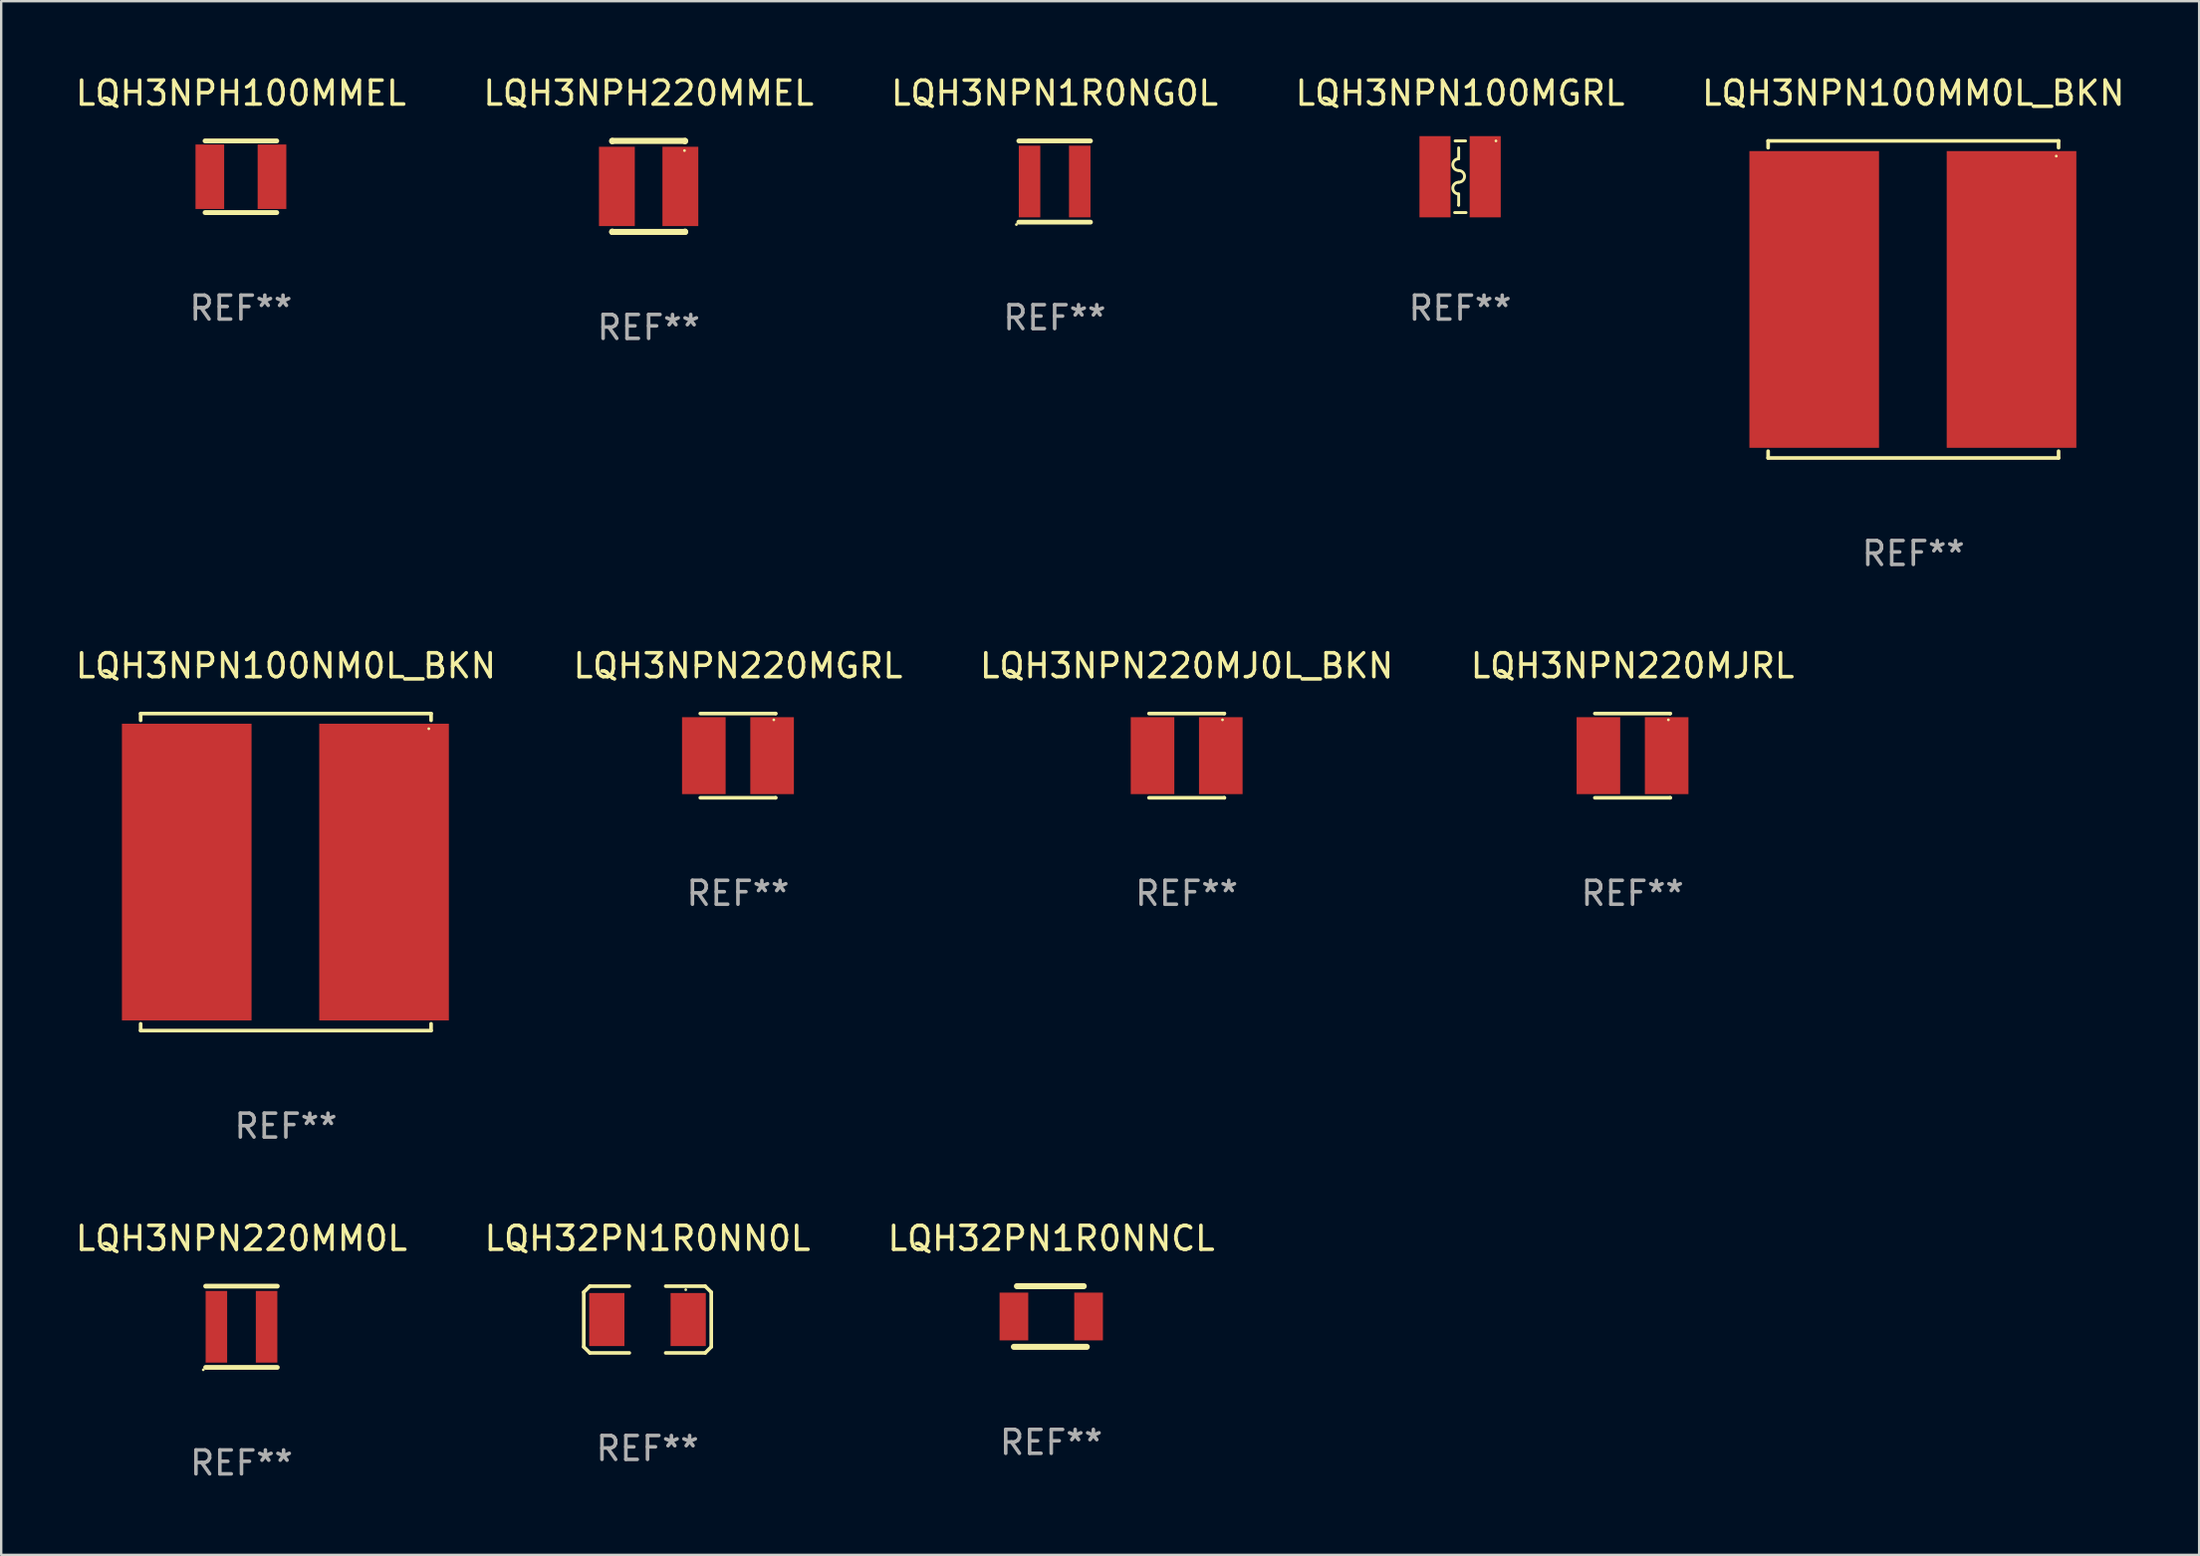
<source format=kicad_pcb>
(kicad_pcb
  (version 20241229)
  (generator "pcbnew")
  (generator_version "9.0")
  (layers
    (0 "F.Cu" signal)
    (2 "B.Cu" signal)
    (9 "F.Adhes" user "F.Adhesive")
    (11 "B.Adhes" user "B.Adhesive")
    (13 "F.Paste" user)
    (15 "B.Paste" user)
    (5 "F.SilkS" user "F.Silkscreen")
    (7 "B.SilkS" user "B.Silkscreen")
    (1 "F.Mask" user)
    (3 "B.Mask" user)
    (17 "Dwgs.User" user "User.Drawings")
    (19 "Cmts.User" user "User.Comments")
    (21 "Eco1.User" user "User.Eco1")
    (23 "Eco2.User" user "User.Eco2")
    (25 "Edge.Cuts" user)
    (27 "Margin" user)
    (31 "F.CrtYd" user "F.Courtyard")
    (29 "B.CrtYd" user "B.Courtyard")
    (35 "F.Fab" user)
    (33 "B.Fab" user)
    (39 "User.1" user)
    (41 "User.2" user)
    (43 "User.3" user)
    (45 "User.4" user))
  (footprint "LQH3NPN220MJRL"
    (layer "F.Cu")
    (at 65.256 28.58)
    (property "Reference" "LQH3NPN220MJRL" (at 0 -3.763 0) (layer "F.SilkS") (effects (font (size 1 1) (thickness 0.15))))
    (attr through_hole)
    (fp_line (start -1.577 -1.763) (end 1.577 -1.763) (stroke (width 0.152) (type solid)) (layer "F.SilkS"))
    (fp_line (start -1.577 1.763) (end 1.577 1.763) (stroke (width 0.152) (type solid)) (layer "F.SilkS"))
    (fp_line (start 1.577 -1.763) (end 1.577 -1.763) (stroke (width 0.152) (type solid)) (layer "F.SilkS"))
    (fp_line (start 1.577 1.763) (end 1.577 1.763) (stroke (width 0.152) (type solid)) (layer "F.SilkS"))
    (fp_circle (center 1.5 -1.5) (end 1.53 -1.5) (stroke (width 0.06) (type solid)) (fill no) (layer "F.SilkS"))
    (fp_text user "REF**" (at 0 5.763 0) (layer "F.Fab") (effects (font (size 1 1) (thickness 0.15))))
    (pad "1" smd rect (at 1.428 0) (size 1.824 3.22) (layers "F.Cu" "F.Mask" "F.Paste"))
    (pad "2" smd rect (at -1.428 0) (size 1.824 3.22) (layers "F.Cu" "F.Mask" "F.Paste")))
  (footprint "LQH3NPN220MM0L"
    (layer "F.Cu")
    (at 7.054 52.486)
    (property "Reference" "LQH3NPN220MM0L" (at 0 -3.7 0) (layer "F.SilkS") (effects (font (size 1 1) (thickness 0.15))))
    (attr through_hole)
    (fp_line (start -1.5 -1.7) (end 1.5 -1.7) (stroke (width 0.2) (type solid)) (layer "F.SilkS"))
    (fp_line (start -1.5 1.7) (end 1.5 1.7) (stroke (width 0.2) (type solid)) (layer "F.SilkS"))
    (fp_circle (center -1.6 1.8) (end -1.57 1.8) (stroke (width 0.06) (type solid)) (fill no) (layer "F.SilkS"))
    (fp_text user "REF**" (at 0 5.7 0) (layer "F.Fab") (effects (font (size 1 1) (thickness 0.15))))
    (pad "1" smd rect (at -1.05 0) (size 0.9 3) (layers "F.Cu" "F.Mask" "F.Paste"))
    (pad "2" smd rect (at 1.05 0) (size 0.9 3) (layers "F.Cu" "F.Mask" "F.Paste")))
  (footprint "LQH3NPN100NM0L_BKN"
    (layer "F.Cu")
    (at 8.911 33.453)
    (property "Reference" "LQH3NPN100NM0L_BKN" (at 0 -8.636 0) (layer "F.SilkS") (effects (font (size 1 1) (thickness 0.15))))
    (attr through_hole)
    (fp_line (start -6.076 -6.636) (end -6.076 -6.35) (stroke (width 0.152) (type solid)) (layer "F.SilkS"))
    (fp_line (start -6.076 6.636) (end -6.076 6.35) (stroke (width 0.152) (type solid)) (layer "F.SilkS"))
    (fp_line (start 6.076 -6.636) (end -6.076 -6.636) (stroke (width 0.152) (type solid)) (layer "F.SilkS"))
    (fp_line (start 6.076 -6.35) (end 6.076 -6.636) (stroke (width 0.152) (type solid)) (layer "F.SilkS"))
    (fp_line (start 6.076 6.35) (end 6.076 6.636) (stroke (width 0.152) (type solid)) (layer "F.SilkS"))
    (fp_line (start 6.076 6.636) (end -6.076 6.636) (stroke (width 0.152) (type solid)) (layer "F.SilkS"))
    (fp_circle (center 5.98 -6) (end 6.01 -6) (stroke (width 0.06) (type solid)) (fill no) (layer "F.SilkS"))
    (fp_text user "REF**" (at 0 10.636 0) (layer "F.Fab") (effects (font (size 1 1) (thickness 0.15))))
    (pad "1" smd rect (at 4.108 0) (size 5.424 12.42) (layers "F.Cu" "F.Mask" "F.Paste"))
    (pad "2" smd rect (at -4.148 0) (size 5.424 12.42) (layers "F.Cu" "F.Mask" "F.Paste")))
  (footprint "LQH32PN1R0NNCL"
    (layer "F.Cu")
    (at 40.935 52.056)
    (property "Reference" "LQH32PN1R0NNCL" (at 0 -3.27 0) (layer "F.SilkS") (effects (font (size 1 1) (thickness 0.15))))
    (attr through_hole)
    (fp_line (start -1.562 1.27) (end 1.486 1.27) (stroke (width 0.254) (type solid)) (layer "F.SilkS"))
    (fp_line (start -1.435 -1.27) (end 1.359 -1.27) (stroke (width 0.254) (type solid)) (layer "F.SilkS"))
    (fp_circle (center -1.6 1.25) (end -1.57 1.25) (stroke (width 0.06) (type solid)) (fill no) (layer "F.SilkS"))
    (fp_text user "REF**" (at 0 5.27 0) (layer "F.Fab") (effects (font (size 1 1) (thickness 0.15))))
    (pad "1" smd rect (at -1.562 0 180) (size 1.2 2) (layers "F.Cu" "F.Mask" "F.Paste"))
    (pad "2" smd rect (at 1.562 0 180) (size 1.2 2) (layers "F.Cu" "F.Mask" "F.Paste")))
  (footprint "LQH3NPH100MMEL"
    (layer "F.Cu")
    (at 7.03 4.348)
    (property "Reference" "LQH3NPH100MMEL" (at 0 -3.5 0) (layer "F.SilkS") (effects (font (size 1 1) (thickness 0.15))))
    (attr through_hole)
    (fp_line (start -1.5 -1.5) (end 1.5 -1.5) (stroke (width 0.203) (type solid)) (layer "F.SilkS"))
    (fp_line (start -1.5 1.5) (end 1.5 1.5) (stroke (width 0.203) (type solid)) (layer "F.SilkS"))
    (fp_circle (center -1.5 1.5) (end -1.47 1.5) (stroke (width 0.06) (type solid)) (fill no) (layer "F.SilkS"))
    (fp_text user "REF**" (at 0 5.5 0) (layer "F.Fab") (effects (font (size 1 1) (thickness 0.15))))
    (pad "1" smd rect (at -1.3 0 180) (size 1.2 2.7) (layers "F.Cu" "F.Mask" "F.Paste"))
    (pad "2" smd rect (at 1.3 0 180) (size 1.2 2.7) (layers "F.Cu" "F.Mask" "F.Paste")))
  (footprint "LQH3NPN100MGRL"
    (layer "F.Cu")
    (at 58.042 4.348)
    (property "Reference" "LQH3NPN100MGRL" (at 0 -3.5 0) (layer "F.SilkS") (effects (font (size 1 1) (thickness 0.15))))
    (attr through_hole)
    (fp_line (start -0.23 1.5) (end 0.25 1.5) (stroke (width 0.12) (type solid)) (layer "F.SilkS"))
    (fp_line (start -0.21 -1.5) (end 0.23 -1.5) (stroke (width 0.12) (type solid)) (layer "F.SilkS"))
    (fp_line (start -0.06 -0.75) (end -0.06 -1.21) (stroke (width 0.12) (type solid)) (layer "F.SilkS"))
    (fp_line (start -0.06 0.72) (end -0.06 1.19) (stroke (width 0.12) (type solid)) (layer "F.SilkS"))
    (fp_arc (start -0.060071 -0.259893) (mid -0.305081 -0.504928) (end -0.060072 -0.749963) (stroke (width 0.11999) (type solid)) (layer "F.SilkS"))
    (fp_arc (start -0.060045 -0.259893) (mid 0.185014 -0.014821) (end -0.060046 0.230251) (stroke (width 0.11999) (type solid)) (layer "F.SilkS"))
    (fp_arc (start -0.060021 1.190018) (mid -0.059991 1.189946) (end -0.059919 1.189916) (stroke (width 0.11999) (type solid)) (layer "F.SilkS"))
    (fp_arc (start -0.059919 0.720371) (mid -0.304927 0.475337) (end -0.059918 0.230303) (stroke (width 0.11999) (type solid)) (layer "F.SilkS"))
    (fp_circle (center 1.5 -1.5) (end 1.53 -1.5) (stroke (width 0.06) (type solid)) (fill no) (layer "F.SilkS"))
    (fp_text user "REF**" (at 0 5.5 0) (layer "F.Fab") (effects (font (size 1 1) (thickness 0.15))))
    (pad "1" smd rect (at 1.05 0) (size 1.3 3.4) (layers "F.Cu" "F.Mask" "F.Paste"))
    (pad "2" smd rect (at -1.05 0) (size 1.3 3.4) (layers "F.Cu" "F.Mask" "F.Paste")))
  (footprint "LQH3NPN1R0NG0L"
    (layer "F.Cu")
    (at 41.077 4.548)
    (property "Reference" "LQH3NPN1R0NG0L" (at 0 -3.7 0) (layer "F.SilkS") (effects (font (size 1 1) (thickness 0.15))))
    (attr through_hole)
    (fp_line (start -1.5 -1.7) (end 1.5 -1.7) (stroke (width 0.2) (type solid)) (layer "F.SilkS"))
    (fp_line (start -1.5 1.7) (end 1.5 1.7) (stroke (width 0.2) (type solid)) (layer "F.SilkS"))
    (fp_circle (center -1.6 1.8) (end -1.57 1.8) (stroke (width 0.06) (type solid)) (fill no) (layer "F.SilkS"))
    (fp_text user "REF**" (at 0 5.7 0) (layer "F.Fab") (effects (font (size 1 1) (thickness 0.15))))
    (pad "1" smd rect (at -1.05 0) (size 0.9 3) (layers "F.Cu" "F.Mask" "F.Paste"))
    (pad "2" smd rect (at 1.05 0) (size 0.9 3) (layers "F.Cu" "F.Mask" "F.Paste")))
  (footprint "LQH3NPN220MJ0L_BKN"
    (layer "F.Cu")
    (at 46.601 28.58)
    (property "Reference" "LQH3NPN220MJ0L_BKN" (at 0 -3.763 0) (layer "F.SilkS") (effects (font (size 1 1) (thickness 0.15))))
    (attr through_hole)
    (fp_line (start -1.577 -1.763) (end 1.577 -1.763) (stroke (width 0.152) (type solid)) (layer "F.SilkS"))
    (fp_line (start -1.577 1.763) (end 1.577 1.763) (stroke (width 0.152) (type solid)) (layer "F.SilkS"))
    (fp_line (start 1.577 -1.763) (end 1.577 -1.763) (stroke (width 0.152) (type solid)) (layer "F.SilkS"))
    (fp_line (start 1.577 1.763) (end 1.577 1.763) (stroke (width 0.152) (type solid)) (layer "F.SilkS"))
    (fp_circle (center 1.5 -1.5) (end 1.53 -1.5) (stroke (width 0.06) (type solid)) (fill no) (layer "F.SilkS"))
    (fp_text user "REF**" (at 0 5.763 0) (layer "F.Fab") (effects (font (size 1 1) (thickness 0.15))))
    (pad "1" smd rect (at 1.428 0) (size 1.824 3.22) (layers "F.Cu" "F.Mask" "F.Paste"))
    (pad "2" smd rect (at -1.428 0) (size 1.824 3.22) (layers "F.Cu" "F.Mask" "F.Paste")))
  (footprint "LQH3NPN220MGRL"
    (layer "F.Cu")
    (at 27.827 28.58)
    (property "Reference" "LQH3NPN220MGRL" (at 0 -3.763 0) (layer "F.SilkS") (effects (font (size 1 1) (thickness 0.15))))
    (attr through_hole)
    (fp_line (start -1.577 -1.763) (end 1.577 -1.763) (stroke (width 0.152) (type solid)) (layer "F.SilkS"))
    (fp_line (start -1.577 1.763) (end 1.577 1.763) (stroke (width 0.152) (type solid)) (layer "F.SilkS"))
    (fp_line (start 1.577 -1.763) (end 1.577 -1.763) (stroke (width 0.152) (type solid)) (layer "F.SilkS"))
    (fp_line (start 1.577 1.763) (end 1.577 1.763) (stroke (width 0.152) (type solid)) (layer "F.SilkS"))
    (fp_circle (center 1.5 -1.5) (end 1.53 -1.5) (stroke (width 0.06) (type solid)) (fill no) (layer "F.SilkS"))
    (fp_text user "REF**" (at 0 5.763 0) (layer "F.Fab") (effects (font (size 1 1) (thickness 0.15))))
    (pad "1" smd rect (at 1.428 0) (size 1.824 3.22) (layers "F.Cu" "F.Mask" "F.Paste"))
    (pad "2" smd rect (at -1.428 0) (size 1.824 3.22) (layers "F.Cu" "F.Mask" "F.Paste")))
  (footprint "LQH3NPH220MMEL"
    (layer "F.Cu")
    (at 24.089 4.753)
    (property "Reference" "LQH3NPH220MMEL" (at 0 -3.905 0) (layer "F.SilkS") (effects (font (size 1 1) (thickness 0.15))))
    (attr through_hole)
    (fp_line (start -1.524 -1.905) (end 1.524 -1.905) (stroke (width 0.254) (type solid)) (layer "F.SilkS"))
    (fp_line (start -1.524 -1.891) (end -1.524 -1.905) (stroke (width 0.254) (type solid)) (layer "F.SilkS"))
    (fp_line (start -1.524 1.905) (end -1.524 1.891) (stroke (width 0.254) (type solid)) (layer "F.SilkS"))
    (fp_line (start -1.524 1.905) (end 1.524 1.905) (stroke (width 0.254) (type solid)) (layer "F.SilkS"))
    (fp_line (start 1.524 -1.905) (end 1.524 -1.891) (stroke (width 0.254) (type solid)) (layer "F.SilkS"))
    (fp_line (start 1.524 1.891) (end 1.524 1.905) (stroke (width 0.254) (type solid)) (layer "F.SilkS"))
    (fp_circle (center 1.5 -1.5) (end 1.53 -1.5) (stroke (width 0.06) (type solid)) (fill no) (layer "F.SilkS"))
    (fp_text user "REF**" (at 0 5.905 0) (layer "F.Fab") (effects (font (size 1 1) (thickness 0.15))))
    (pad "1" smd rect (at 1.328 0) (size 1.5 3.32) (layers "F.Cu" "F.Mask" "F.Paste"))
    (pad "2" smd rect (at -1.328 0) (size 1.5 3.32) (layers "F.Cu" "F.Mask" "F.Paste")))
  (footprint "LQH3NPN100MM0L_BKN"
    (layer "F.Cu")
    (at 77.006 9.484)
    (property "Reference" "LQH3NPN100MM0L_BKN" (at 0 -8.636 0) (layer "F.SilkS") (effects (font (size 1 1) (thickness 0.15))))
    (attr through_hole)
    (fp_line (start -6.076 -6.636) (end -6.076 -6.35) (stroke (width 0.152) (type solid)) (layer "F.SilkS"))
    (fp_line (start -6.076 6.636) (end -6.076 6.35) (stroke (width 0.152) (type solid)) (layer "F.SilkS"))
    (fp_line (start 6.076 -6.636) (end -6.076 -6.636) (stroke (width 0.152) (type solid)) (layer "F.SilkS"))
    (fp_line (start 6.076 -6.35) (end 6.076 -6.636) (stroke (width 0.152) (type solid)) (layer "F.SilkS"))
    (fp_line (start 6.076 6.35) (end 6.076 6.636) (stroke (width 0.152) (type solid)) (layer "F.SilkS"))
    (fp_line (start 6.076 6.636) (end -6.076 6.636) (stroke (width 0.152) (type solid)) (layer "F.SilkS"))
    (fp_circle (center 5.98 -6) (end 6.01 -6) (stroke (width 0.06) (type solid)) (fill no) (layer "F.SilkS"))
    (fp_text user "REF**" (at 0 10.636 0) (layer "F.Fab") (effects (font (size 1 1) (thickness 0.15))))
    (pad "1" smd rect (at 4.108 0) (size 5.424 12.42) (layers "F.Cu" "F.Mask" "F.Paste"))
    (pad "2" smd rect (at -4.148 0) (size 5.424 12.42) (layers "F.Cu" "F.Mask" "F.Paste")))
  (footprint "LQH32PN1R0NN0L"
    (layer "F.Cu")
    (at 24.042 52.183)
    (property "Reference" "LQH32PN1R0NN0L" (at 0 -3.397 0) (layer "F.SilkS") (effects (font (size 1 1) (thickness 0.15))))
    (attr through_hole)
    (fp_line (start -2.667 -1.143) (end -2.413 -1.397) (stroke (width 0.152) (type solid)) (layer "F.SilkS"))
    (fp_line (start -2.667 1.143) (end -2.667 -1.143) (stroke (width 0.152) (type solid)) (layer "F.SilkS"))
    (fp_line (start -2.413 -1.397) (end -0.762 -1.397) (stroke (width 0.152) (type solid)) (layer "F.SilkS"))
    (fp_line (start -2.413 1.397) (end -2.667 1.143) (stroke (width 0.152) (type solid)) (layer "F.SilkS"))
    (fp_line (start -0.762 1.397) (end -2.413 1.397) (stroke (width 0.152) (type solid)) (layer "F.SilkS"))
    (fp_line (start 0.762 -1.397) (end 2.413 -1.397) (stroke (width 0.152) (type solid)) (layer "F.SilkS"))
    (fp_line (start 2.413 -1.397) (end 2.667 -1.143) (stroke (width 0.152) (type solid)) (layer "F.SilkS"))
    (fp_line (start 2.413 1.397) (end 0.762 1.397) (stroke (width 0.152) (type solid)) (layer "F.SilkS"))
    (fp_line (start 2.667 -1.143) (end 2.667 1.143) (stroke (width 0.152) (type solid)) (layer "F.SilkS"))
    (fp_line (start 2.667 1.143) (end 2.413 1.397) (stroke (width 0.152) (type solid)) (layer "F.SilkS"))
    (fp_circle (center 1.6 -1.25) (end 1.63 -1.25) (stroke (width 0.06) (type solid)) (fill no) (layer "F.SilkS"))
    (fp_text user "REF**" (at 0 5.397 0) (layer "F.Fab") (effects (font (size 1 1) (thickness 0.15))))
    (pad "1" smd rect (at 1.703 0) (size 1.474 2.22) (layers "F.Cu" "F.Mask" "F.Paste"))
    (pad "2" smd rect (at -1.703 0) (size 1.474 2.22) (layers "F.Cu" "F.Mask" "F.Paste")))
  (gr_rect
    (start -3 -3)
    (end 88.964 62.034)
    (stroke (width 0.1) (type default))
    (fill no)
    (layer "Edge.Cuts")))
</source>
